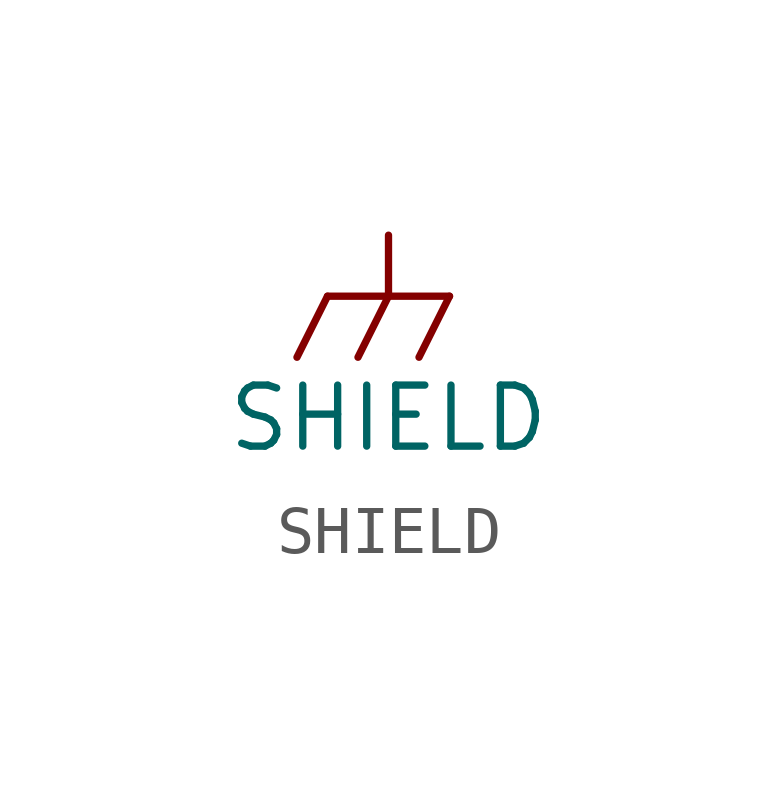
<source format=kicad_sym>
(kicad_symbol_lib
  (version 20231120)
  (generator "kicad_symbol_editor")
  (generator_version "8.0")
  (symbol "SHIELD"
    (power)
    (pin_names
      (offset 0))
    (property "Reference" "#PWR"
      (at 0 0 0)
      (effects (font (size 1.27 1.27)) (hide yes)))
    (property "Value" "SHIELD"
      (at 0 -3.81 0)
      (effects (font (size 1.27 1.27))))
    (symbol "SHIELD_0_1"
      (polyline (pts (xy -1.27 -1.27) (xy -1.905 -2.54)) (stroke (width 0) (type solid)) (fill (type none)))
      (polyline (pts (xy -0.635 -2.54) (xy 0 -1.27)) (stroke (width 0) (type solid)) (fill (type none)))
      (polyline (pts (xy 0 0) (xy 0 -1.27)) (stroke (width 0) (type solid)) (fill (type none)))
      (polyline (pts (xy 0.635 -2.54) (xy 1.27 -1.27)) (stroke (width 0) (type solid)) (fill (type none)))
      (polyline (pts (xy 1.27 -1.27) (xy -1.27 -1.27)) (stroke (width 0) (type solid)) (fill (type none))))
    (symbol "SHIELD_1_1"
      (pin power_in line (at 0 0 90) (length 0) hide (name "SHIELD" (effects (font (size 1.27 1.27)))) (number "1" (effects (font (size 1.27 1.27))))))))
</source>
